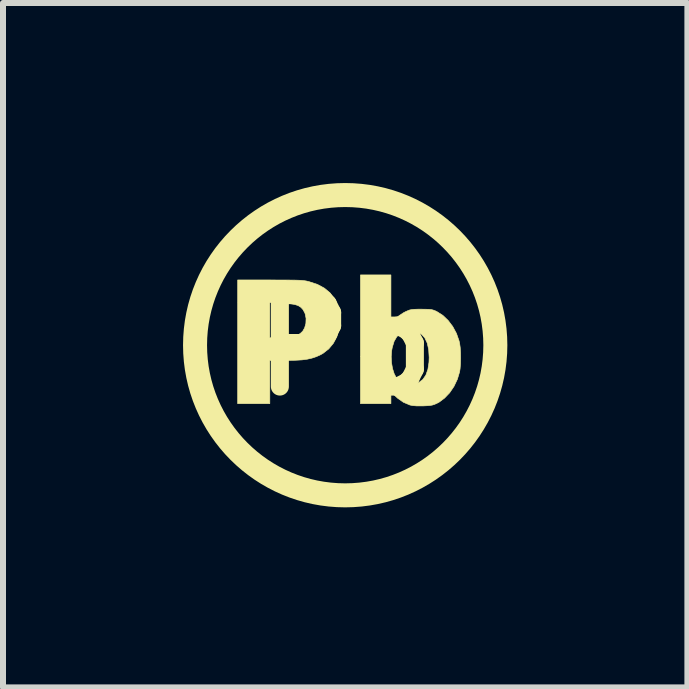
<source format=kicad_pcb>
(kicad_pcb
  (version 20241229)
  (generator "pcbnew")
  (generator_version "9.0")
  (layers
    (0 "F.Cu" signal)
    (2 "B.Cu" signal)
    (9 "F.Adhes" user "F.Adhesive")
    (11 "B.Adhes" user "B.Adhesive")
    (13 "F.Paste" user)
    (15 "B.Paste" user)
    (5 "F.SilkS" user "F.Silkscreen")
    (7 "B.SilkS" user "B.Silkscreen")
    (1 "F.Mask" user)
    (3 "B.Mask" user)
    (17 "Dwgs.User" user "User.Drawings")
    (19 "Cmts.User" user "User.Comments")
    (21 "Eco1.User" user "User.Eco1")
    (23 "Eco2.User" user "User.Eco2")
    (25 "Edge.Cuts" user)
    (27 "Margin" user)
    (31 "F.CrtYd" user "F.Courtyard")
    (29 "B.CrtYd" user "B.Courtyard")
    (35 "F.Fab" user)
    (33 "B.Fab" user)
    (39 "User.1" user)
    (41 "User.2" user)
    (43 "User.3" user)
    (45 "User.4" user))
  (footprint "Pb"
    (layer "F.Cu")
    (at 2.702 2.702)
    (property "Reference" "Pb" (at 0 0 0) (layer "F.SilkS") (effects (font (size 1.524 1.524) (thickness 0.3))))
    (attr through_hole)
    (fp_circle (center 0 0) (end 2.502 0) (stroke (width 0.4) (type solid)) (fill no) (layer "F.SilkS"))
    (fp_poly (pts (xy -1.111 -1.086) (xy -0.995 -1.086) (xy -0.902 -1.085) (xy -0.827 -1.084) (xy -0.767 -1.082) (xy -0.72 -1.079) (xy -0.682 -1.075) (xy -0.649 -1.07) (xy -0.619 -1.063) (xy -0.603 -1.059) (xy -0.463 -1.013) (xy -0.346 -0.95) (xy -0.252 -0.871) (xy -0.179 -0.775) (xy -0.127 -0.661) (xy -0.096 -0.532) (xy -0.087 -0.395) (xy -0.102 -0.264) (xy -0.139 -0.142) (xy -0.196 -0.033) (xy -0.273 0.06) (xy -0.368 0.135) (xy -0.41 0.159) (xy -0.481 0.191) (xy -0.553 0.215) (xy -0.631 0.233) (xy -0.72 0.245) (xy -0.825 0.251) (xy -0.953 0.254) (xy -0.983 0.254) (xy -1.256 0.254) (xy -1.256 0.974) (xy -1.792 0.974) (xy -1.792 -0.123) (xy -1.256 -0.123) (xy -1.061 -0.131) (xy -0.958 -0.136) (xy -0.881 -0.145) (xy -0.827 -0.156) (xy -0.811 -0.161) (xy -0.751 -0.193) (xy -0.708 -0.233) (xy -0.676 -0.289) (xy -0.676 -0.289) (xy -0.655 -0.364) (xy -0.652 -0.447) (xy -0.668 -0.525) (xy -0.676 -0.543) (xy -0.703 -0.593) (xy -0.738 -0.631) (xy -0.782 -0.659) (xy -0.841 -0.679) (xy -0.919 -0.692) (xy -1.02 -0.7) (xy -1.061 -0.702) (xy -1.256 -0.71) (xy -1.256 -0.123) (xy -1.792 -0.123) (xy -1.792 -1.087) (xy -1.251 -1.087) (xy -1.111 -1.086)) (stroke (width 0.01) (type solid)) (fill yes) (layer "F.SilkS"))
    (fp_poly (pts (xy 0.762 -0.366) (xy 0.835 -0.439) (xy 0.9 -0.494) (xy 0.974 -0.542) (xy 1.001 -0.556) (xy 1.041 -0.574) (xy 1.075 -0.587) (xy 1.11 -0.594) (xy 1.153 -0.598) (xy 1.212 -0.6) (xy 1.27 -0.6) (xy 1.345 -0.599) (xy 1.399 -0.597) (xy 1.439 -0.593) (xy 1.472 -0.584) (xy 1.505 -0.571) (xy 1.531 -0.558) (xy 1.627 -0.497) (xy 1.715 -0.413) (xy 1.792 -0.311) (xy 1.854 -0.196) (xy 1.897 -0.073) (xy 1.906 -0.035) (xy 1.916 0.034) (xy 1.922 0.121) (xy 1.923 0.217) (xy 1.921 0.312) (xy 1.914 0.396) (xy 1.906 0.445) (xy 1.869 0.568) (xy 1.813 0.686) (xy 1.741 0.792) (xy 1.656 0.881) (xy 1.564 0.95) (xy 1.531 0.967) (xy 1.489 0.986) (xy 1.451 0.998) (xy 1.409 1.005) (xy 1.354 1.009) (xy 1.291 1.012) (xy 1.195 1.012) (xy 1.122 1.006) (xy 1.079 0.997) (xy 0.97 0.951) (xy 0.877 0.886) (xy 0.833 0.846) (xy 0.762 0.775) (xy 0.762 0.974) (xy 0.254 0.974) (xy 0.254 0.192) (xy 0.767 0.192) (xy 0.772 0.293) (xy 0.789 0.39) (xy 0.816 0.475) (xy 0.852 0.544) (xy 0.884 0.58) (xy 0.952 0.622) (xy 1.033 0.646) (xy 1.118 0.65) (xy 1.199 0.633) (xy 1.228 0.621) (xy 1.294 0.571) (xy 1.344 0.499) (xy 1.378 0.403) (xy 1.396 0.285) (xy 1.399 0.205) (xy 1.391 0.073) (xy 1.367 -0.035) (xy 1.327 -0.121) (xy 1.271 -0.183) (xy 1.199 -0.222) (xy 1.111 -0.239) (xy 1.087 -0.24) (xy 0.996 -0.229) (xy 0.921 -0.198) (xy 0.861 -0.143) (xy 0.816 -0.066) (xy 0.785 0.035) (xy 0.774 0.093) (xy 0.767 0.192) (xy 0.254 0.192) (xy 0.254 -1.171) (xy 0.762 -1.171) (xy 0.762 -0.366)) (stroke (width 0.01) (type solid)) (fill yes) (layer "F.SilkS")))
  (gr_rect
    (start -3 -3)
    (end 8.404 8.404)
    (stroke (width 0.1) (type default))
    (fill no)
    (layer "Edge.Cuts")))
</source>
